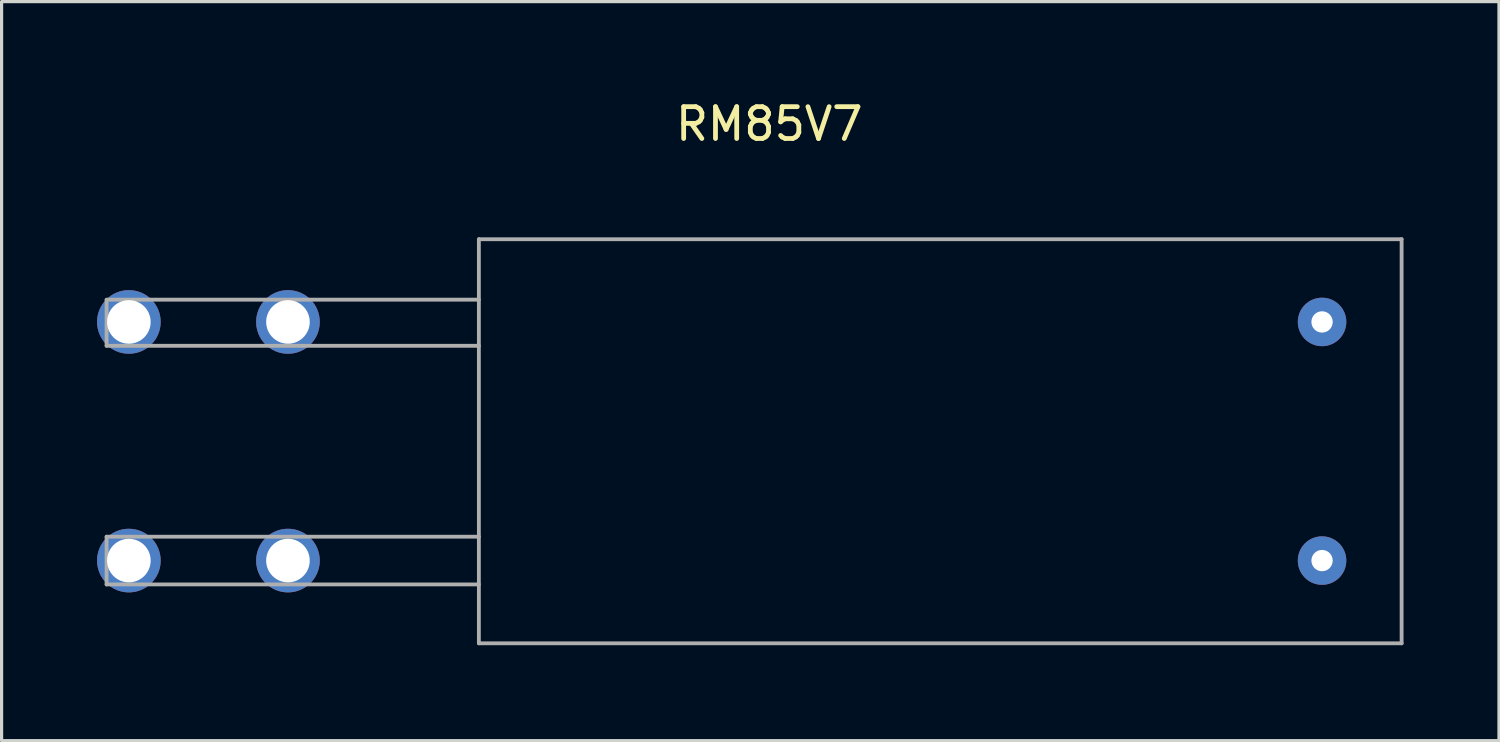
<source format=kicad_pcb>
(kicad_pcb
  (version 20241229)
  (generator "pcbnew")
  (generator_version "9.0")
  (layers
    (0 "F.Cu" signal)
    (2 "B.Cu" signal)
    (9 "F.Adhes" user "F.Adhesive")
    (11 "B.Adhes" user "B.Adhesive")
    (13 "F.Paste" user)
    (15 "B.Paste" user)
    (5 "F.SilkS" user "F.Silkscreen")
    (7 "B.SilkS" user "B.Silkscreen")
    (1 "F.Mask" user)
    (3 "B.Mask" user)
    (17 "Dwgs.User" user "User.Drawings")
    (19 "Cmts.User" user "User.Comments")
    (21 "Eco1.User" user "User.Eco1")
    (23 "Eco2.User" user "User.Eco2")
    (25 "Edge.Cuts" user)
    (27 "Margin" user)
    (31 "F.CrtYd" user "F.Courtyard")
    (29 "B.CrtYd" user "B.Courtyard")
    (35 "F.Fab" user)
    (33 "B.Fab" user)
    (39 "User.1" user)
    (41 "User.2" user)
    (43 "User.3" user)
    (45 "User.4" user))
  (footprint "RM85V7"
    (layer "F.Cu")
    (at 21 10.818)
    (property "Reference" "RM85V7" (at 0.127 -9.97 0) (layer "F.SilkS") (effects (font (size 1 1) (thickness 0.15))))
    (attr through_hole)
    (fp_line (start -20.7 -4.44) (end -20.7 -3) (stroke (width 0.12) (type solid)) (layer "F.Fab"))
    (fp_line (start -20.7 3) (end -20.7 4.5) (stroke (width 0.12) (type solid)) (layer "F.Fab"))
    (fp_line (start -9 -6.35) (end -9 6.35) (stroke (width 0.12) (type solid)) (layer "F.Fab"))
    (fp_line (start -9 -6.35) (end 20 -6.35) (stroke (width 0.12) (type solid)) (layer "F.Fab"))
    (fp_line (start -9 -4.45) (end -20.7 -4.45) (stroke (width 0.12) (type solid)) (layer "F.Fab"))
    (fp_line (start -9 -3) (end -20.7 -3) (stroke (width 0.12) (type solid)) (layer "F.Fab"))
    (fp_line (start -9 3) (end -20.7 3) (stroke (width 0.12) (type solid)) (layer "F.Fab"))
    (fp_line (start -9 4.5) (end -20.7 4.5) (stroke (width 0.12) (type solid)) (layer "F.Fab"))
    (fp_line (start -9 6.35) (end 20 6.35) (stroke (width 0.12) (type solid)) (layer "F.Fab"))
    (fp_line (start 20 -6.35) (end 20 6.35) (stroke (width 0.12) (type solid)) (layer "F.Fab"))
    (pad "1" thru_hole circle (at 17.5 3.75) (size 1.524 1.524) (drill 0.67) (layers "*.Cu" "*.Mask"))
    (pad "2" thru_hole circle (at 17.5 -3.75) (size 1.524 1.524) (drill 0.67) (layers "*.Cu" "*.Mask"))
    (pad "3" thru_hole circle (at -15 3.75) (size 2 2) (drill 1.37) (layers "*.Cu" "*.Mask"))
    (pad "4" thru_hole circle (at -15 -3.75) (size 2 2) (drill 1.37) (layers "*.Cu" "*.Mask"))
    (pad "5" thru_hole circle (at -20 3.75) (size 2 2) (drill 1.37) (layers "*.Cu" "*.Mask"))
    (pad "6" thru_hole circle (at -20 -3.75) (size 2 2) (drill 1.37) (layers "*.Cu" "*.Mask")))
  (gr_rect
    (start -3 -3)
    (end 44.06 20.228)
    (stroke (width 0.1) (type default))
    (fill no)
    (layer "Edge.Cuts")))
</source>
